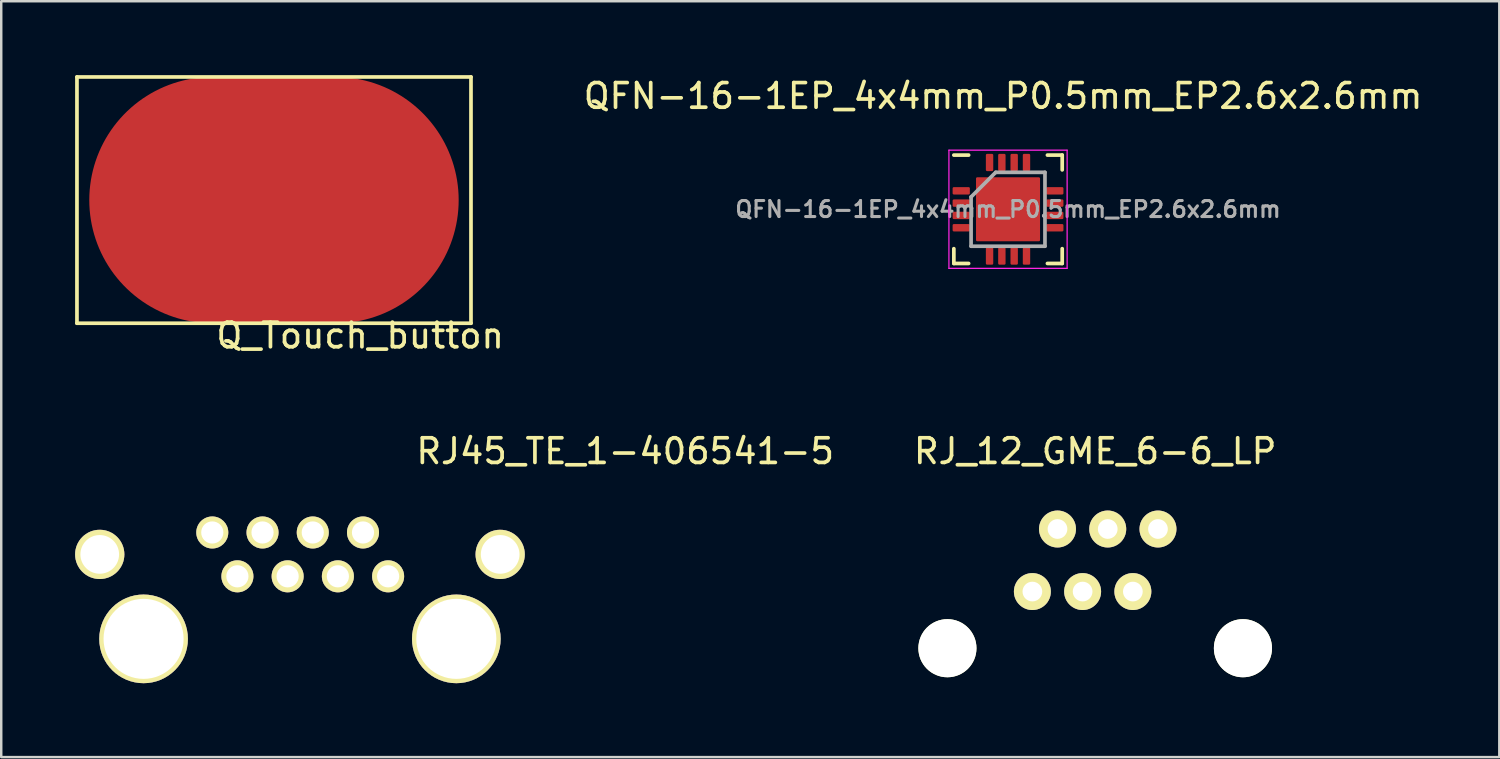
<source format=kicad_pcb>
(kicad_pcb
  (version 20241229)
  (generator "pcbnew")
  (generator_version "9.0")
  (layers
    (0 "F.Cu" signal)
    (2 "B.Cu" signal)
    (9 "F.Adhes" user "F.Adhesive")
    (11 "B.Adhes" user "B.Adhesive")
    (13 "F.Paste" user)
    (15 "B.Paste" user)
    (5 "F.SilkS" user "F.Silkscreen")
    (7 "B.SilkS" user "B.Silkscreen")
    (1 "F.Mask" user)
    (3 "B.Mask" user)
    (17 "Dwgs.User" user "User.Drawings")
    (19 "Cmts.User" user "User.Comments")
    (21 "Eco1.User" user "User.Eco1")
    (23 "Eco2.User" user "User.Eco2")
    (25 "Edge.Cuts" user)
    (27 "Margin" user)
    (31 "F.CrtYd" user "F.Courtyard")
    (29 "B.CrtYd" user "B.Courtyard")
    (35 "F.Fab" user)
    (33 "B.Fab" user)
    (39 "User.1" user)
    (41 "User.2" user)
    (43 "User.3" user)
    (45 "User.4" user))
  (footprint "QFN-16-1EP_4x4mm_P0.5mm_EP2.6x2.6mm"
    (layer "F.Cu")
    (at 37.882 5.448)
    (property "Reference" "QFN-16-1EP_4x4mm_P0.5mm_EP2.6x2.6mm" (at -0.2 -4.6 0) (layer "F.SilkS") (effects (font (size 1 1) (thickness 0.15))))
    (attr smd)
    (fp_line (start -2.2 -2.2) (end -1.6 -2.2) (stroke (width 0.15) (type solid)) (layer "F.SilkS"))
    (fp_line (start -2.2 2.2) (end -2.2 1.6) (stroke (width 0.15) (type solid)) (layer "F.SilkS"))
    (fp_line (start -2.2 2.2) (end -1.6 2.2) (stroke (width 0.15) (type solid)) (layer "F.SilkS"))
    (fp_line (start 2.2 -2.2) (end 1.6 -2.2) (stroke (width 0.15) (type solid)) (layer "F.SilkS"))
    (fp_line (start 2.2 -2.2) (end 2.2 -1.6) (stroke (width 0.15) (type solid)) (layer "F.SilkS"))
    (fp_line (start 2.2 2.2) (end 1.6 2.2) (stroke (width 0.15) (type solid)) (layer "F.SilkS"))
    (fp_line (start 2.2 2.2) (end 2.2 1.6) (stroke (width 0.15) (type solid)) (layer "F.SilkS"))
    (fp_line (start -2.4 -2.4) (end -2.4 2.4) (stroke (width 0.05) (type solid)) (layer "F.CrtYd"))
    (fp_line (start -2.4 -2.4) (end 2.4 -2.4) (stroke (width 0.05) (type solid)) (layer "F.CrtYd"))
    (fp_line (start -2.4 2.4) (end 2.4 2.4) (stroke (width 0.05) (type solid)) (layer "F.CrtYd"))
    (fp_line (start 2.4 -2.4) (end 2.4 2.4) (stroke (width 0.05) (type solid)) (layer "F.CrtYd"))
    (fp_line (start -1.5 -0.5) (end -0.5 -1.5) (stroke (width 0.15) (type solid)) (layer "F.Fab"))
    (fp_line (start -1.5 1.5) (end -1.5 -0.5) (stroke (width 0.15) (type solid)) (layer "F.Fab"))
    (fp_line (start -0.5 -1.5) (end 1.5 -1.5) (stroke (width 0.15) (type solid)) (layer "F.Fab"))
    (fp_line (start 1.5 -1.5) (end 1.5 1.5) (stroke (width 0.15) (type solid)) (layer "F.Fab"))
    (fp_line (start 1.5 1.5) (end -1.5 1.5) (stroke (width 0.15) (type solid)) (layer "F.Fab"))
    (fp_text user "${REFERENCE}" (at 0 0 0) (layer "F.Fab") (effects (font (size 0.65 0.65) (thickness 0.125))))
    (pad "1" smd roundrect (at -1.9 -0.75) (size 0.7 0.3) (layers "F.Cu" "F.Mask" "F.Paste") (roundrect_rratio 0.168))
    (pad "2" smd roundrect (at -1.9 -0.25) (size 0.7 0.3) (layers "F.Cu" "F.Mask" "F.Paste") (roundrect_rratio 0.168))
    (pad "3" smd roundrect (at -1.9 0.25) (size 0.7 0.3) (layers "F.Cu" "F.Mask" "F.Paste") (roundrect_rratio 0.168))
    (pad "4" smd roundrect (at -1.9 0.75) (size 0.7 0.3) (layers "F.Cu" "F.Mask" "F.Paste") (roundrect_rratio 0.168))
    (pad "5" smd roundrect (at -0.75 1.9 90) (size 0.7 0.3) (layers "F.Cu" "F.Mask" "F.Paste") (roundrect_rratio 0.168))
    (pad "6" smd roundrect (at -0.25 1.9 90) (size 0.7 0.3) (layers "F.Cu" "F.Mask" "F.Paste") (roundrect_rratio 0.168))
    (pad "7" smd roundrect (at 0.25 1.9 90) (size 0.7 0.3) (layers "F.Cu" "F.Mask" "F.Paste") (roundrect_rratio 0.168))
    (pad "8" smd roundrect (at 0.75 1.9 90) (size 0.7 0.3) (layers "F.Cu" "F.Mask" "F.Paste") (roundrect_rratio 0.168))
    (pad "9" smd roundrect (at 1.9 0.75) (size 0.7 0.3) (layers "F.Cu" "F.Mask" "F.Paste") (roundrect_rratio 0.168))
    (pad "10" smd roundrect (at 1.9 0.25) (size 0.7 0.3) (layers "F.Cu" "F.Mask" "F.Paste") (roundrect_rratio 0.168))
    (pad "11" smd roundrect (at 1.9 -0.25) (size 0.7 0.3) (layers "F.Cu" "F.Mask" "F.Paste") (roundrect_rratio 0.168))
    (pad "12" smd roundrect (at 1.9 -0.75) (size 0.7 0.3) (layers "F.Cu" "F.Mask" "F.Paste") (roundrect_rratio 0.168))
    (pad "13" smd roundrect (at 0.75 -1.9 90) (size 0.7 0.3) (layers "F.Cu" "F.Mask" "F.Paste") (roundrect_rratio 0.168))
    (pad "14" smd roundrect (at 0.25 -1.9 90) (size 0.7 0.3) (layers "F.Cu" "F.Mask" "F.Paste") (roundrect_rratio 0.168))
    (pad "15" smd roundrect (at -0.25 -1.9 90) (size 0.7 0.3) (layers "F.Cu" "F.Mask" "F.Paste") (roundrect_rratio 0.168))
    (pad "16" smd roundrect (at -0.75 -1.9 90) (size 0.7 0.3) (layers "F.Cu" "F.Mask" "F.Paste") (roundrect_rratio 0.168))
    (pad "17" smd roundrect (at 0 0) (size 2.6 2.6) (layers "F.Cu" "F.Mask" "F.Paste") (roundrect_rratio 0.02)))
  (footprint "RJ_12_GME_6-6_LP"
    (layer "F.Cu")
    (at 41.421 23.271)
    (property "Reference" "RJ_12_GME_6-6_LP" (at 0 -8 0) (layer "F.SilkS") (effects (font (size 1 1) (thickness 0.15))))
    (attr through_hole)
    (pad "" np_thru_hole circle (at -6 0 180) (size 2.36 2.36) (drill 2.36) (layers "*.Cu" "*.Mask" "F.SilkS"))
    (pad "" np_thru_hole circle (at 6 0 180) (size 2.36 2.36) (drill 2.36) (layers "*.Cu" "*.Mask" "F.SilkS"))
    (pad "1" thru_hole circle (at -2.55 -2.3 180) (size 1.5 1.5) (drill 0.8) (layers "*.Cu" "*.Mask" "F.SilkS"))
    (pad "2" thru_hole circle (at -1.53 -4.84 180) (size 1.5 1.5) (drill 0.8) (layers "*.Cu" "*.Mask" "F.SilkS"))
    (pad "3" thru_hole circle (at -0.51 -2.3 180) (size 1.5 1.5) (drill 0.8) (layers "*.Cu" "*.Mask" "F.SilkS"))
    (pad "4" thru_hole circle (at 0.51 -4.84 180) (size 1.5 1.5) (drill 0.8) (layers "*.Cu" "*.Mask" "F.SilkS"))
    (pad "5" thru_hole circle (at 1.53 -2.3 180) (size 1.5 1.5) (drill 0.8) (layers "*.Cu" "*.Mask" "F.SilkS"))
    (pad "6" thru_hole circle (at 2.55 -4.84 180) (size 1.5 1.5) (drill 0.8) (layers "*.Cu" "*.Mask" "F.SilkS")))
  (footprint "RJ45_TE_1-406541-5"
    (layer "F.Cu")
    (at 9.13 22.892)
    (property "Reference" "RJ45_TE_1-406541-5" (at 13.208 -7.62 0) (layer "F.SilkS") (effects (font (size 1 1) (thickness 0.15))))
    (attr through_hole)
    (pad "" np_thru_hole circle (at -6.35 0) (size 3.6 3.6) (drill 3.25) (layers "*.Cu" "*.Mask" "F.SilkS"))
    (pad "" np_thru_hole circle (at 6.35 0) (size 3.6 3.6) (drill 3.25) (layers "*.Cu" "*.Mask" "F.SilkS"))
    (pad "1" thru_hole circle (at 3.58 -2.54) (size 1.3 1.3) (drill 0.9) (layers "*.Cu" "*.Mask" "F.SilkS"))
    (pad "2" thru_hole circle (at 2.56 -4.32) (size 1.3 1.3) (drill 0.9) (layers "*.Cu" "*.Mask" "F.SilkS"))
    (pad "3" thru_hole circle (at 1.54 -2.54) (size 1.3 1.3) (drill 0.9) (layers "*.Cu" "*.Mask" "F.SilkS"))
    (pad "4" thru_hole circle (at 0.52 -4.32) (size 1.3 1.3) (drill 0.9) (layers "*.Cu" "*.Mask" "F.SilkS"))
    (pad "5" thru_hole circle (at -0.5 -2.54) (size 1.3 1.3) (drill 0.9) (layers "*.Cu" "*.Mask" "F.SilkS"))
    (pad "6" thru_hole circle (at -1.52 -4.32) (size 1.3 1.3) (drill 0.9) (layers "*.Cu" "*.Mask" "F.SilkS"))
    (pad "7" thru_hole circle (at -2.54 -2.54) (size 1.3 1.3) (drill 0.9) (layers "*.Cu" "*.Mask" "F.SilkS"))
    (pad "8" thru_hole circle (at -3.56 -4.32) (size 1.3 1.3) (drill 0.9) (layers "*.Cu" "*.Mask" "F.SilkS"))
    (pad "9" thru_hole circle (at -8.13 -3.43) (size 2 2) (drill 1.57) (layers "*.Cu" "*.Mask" "F.SilkS"))
    (pad "9" thru_hole circle (at 8.13 -3.43) (size 2 2) (drill 1.57) (layers "*.Cu" "*.Mask" "F.SilkS")))
  (footprint "Q_Touch_button"
    (layer "F.Cu")
    (at 8.075 5.075)
    (property "Reference" "Q_Touch_button" (at 3.5 5.5 0) (layer "F.SilkS") (effects (font (size 1 1) (thickness 0.15))))
    (attr through_hole)
    (fp_line (start -8 -5) (end 8 -5) (stroke (width 0.15) (type solid)) (layer "F.SilkS"))
    (fp_line (start -8 5) (end -8 -5) (stroke (width 0.15) (type solid)) (layer "F.SilkS"))
    (fp_line (start 8 -5) (end 8 5) (stroke (width 0.15) (type solid)) (layer "F.SilkS"))
    (fp_line (start 8 5) (end -8 5) (stroke (width 0.15) (type solid)) (layer "F.SilkS"))
    (pad "1" smd oval (at 0 0) (size 15 10) (layers "F.Cu")))
  (gr_rect
    (start -3 -3)
    (end 57.831 27.692)
    (stroke (width 0.1) (type default))
    (fill no)
    (layer "Edge.Cuts")))
</source>
